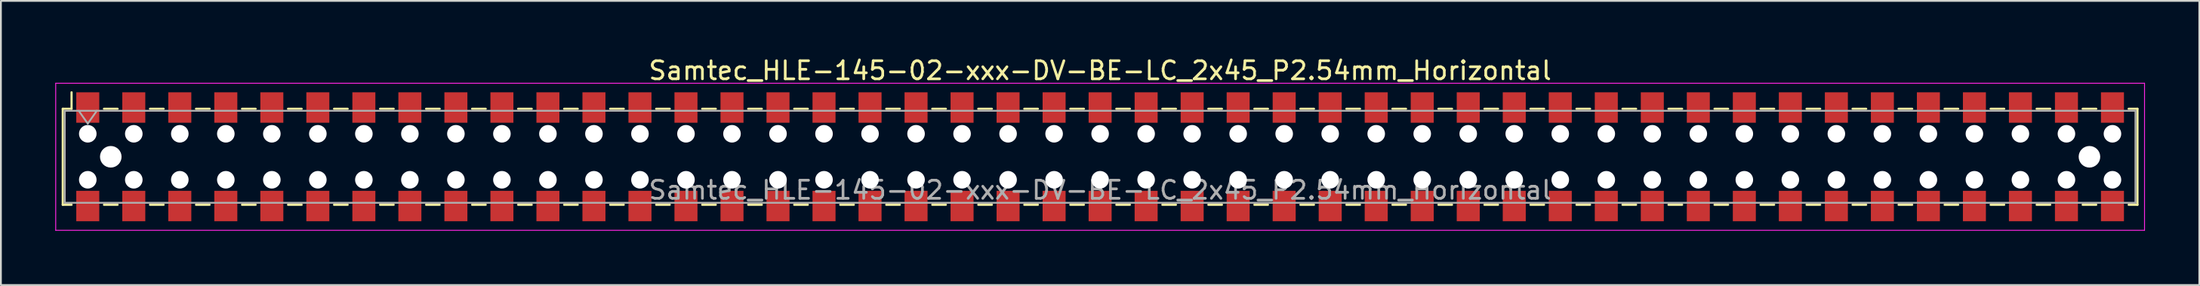
<source format=kicad_pcb>
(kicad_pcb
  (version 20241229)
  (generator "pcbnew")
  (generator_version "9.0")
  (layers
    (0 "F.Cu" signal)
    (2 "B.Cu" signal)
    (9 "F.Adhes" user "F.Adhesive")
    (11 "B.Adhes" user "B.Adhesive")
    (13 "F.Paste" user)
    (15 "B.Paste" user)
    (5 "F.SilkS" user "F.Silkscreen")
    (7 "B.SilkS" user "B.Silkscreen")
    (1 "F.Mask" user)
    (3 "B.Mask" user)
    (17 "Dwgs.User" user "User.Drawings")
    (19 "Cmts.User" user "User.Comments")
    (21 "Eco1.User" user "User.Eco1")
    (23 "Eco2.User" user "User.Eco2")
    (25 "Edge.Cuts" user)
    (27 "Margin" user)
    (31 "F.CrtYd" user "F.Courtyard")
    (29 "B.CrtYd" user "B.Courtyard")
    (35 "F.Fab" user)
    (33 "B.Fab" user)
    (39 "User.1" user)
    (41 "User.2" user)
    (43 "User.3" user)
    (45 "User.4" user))
  (footprint "Samtec_HLE-145-02-xxx-DV-BE-LC_2x45_P2.54mm_Horizontal"
    (layer "F.Cu")
    (at 57.675 5.608)
    (property "Reference" "Samtec_HLE-145-02-xxx-DV-BE-LC_2x45_P2.54mm_Horizontal" (at 0 -4.76 0) (layer "F.SilkS") (effects (font (size 1 1) (thickness 0.15))))
    (attr smd)
    (fp_line (start -57.26 -2.65) (end -57.26 2.65) (stroke (width 0.12) (type solid)) (layer "F.SilkS"))
    (fp_line (start -57.26 2.65) (end -56.775 2.65) (stroke (width 0.12) (type solid)) (layer "F.SilkS"))
    (fp_line (start -56.775 -3.56) (end -56.775 -2.65) (stroke (width 0.12) (type solid)) (layer "F.SilkS"))
    (fp_line (start -56.775 -2.65) (end -57.26 -2.65) (stroke (width 0.12) (type solid)) (layer "F.SilkS"))
    (fp_line (start -54.985 -2.65) (end -54.235 -2.65) (stroke (width 0.12) (type solid)) (layer "F.SilkS"))
    (fp_line (start -54.985 2.65) (end -54.235 2.65) (stroke (width 0.12) (type solid)) (layer "F.SilkS"))
    (fp_line (start -52.445 -2.65) (end -51.695 -2.65) (stroke (width 0.12) (type solid)) (layer "F.SilkS"))
    (fp_line (start -52.445 2.65) (end -51.695 2.65) (stroke (width 0.12) (type solid)) (layer "F.SilkS"))
    (fp_line (start -49.905 -2.65) (end -49.155 -2.65) (stroke (width 0.12) (type solid)) (layer "F.SilkS"))
    (fp_line (start -49.905 2.65) (end -49.155 2.65) (stroke (width 0.12) (type solid)) (layer "F.SilkS"))
    (fp_line (start -47.365 -2.65) (end -46.615 -2.65) (stroke (width 0.12) (type solid)) (layer "F.SilkS"))
    (fp_line (start -47.365 2.65) (end -46.615 2.65) (stroke (width 0.12) (type solid)) (layer "F.SilkS"))
    (fp_line (start -44.825 -2.65) (end -44.075 -2.65) (stroke (width 0.12) (type solid)) (layer "F.SilkS"))
    (fp_line (start -44.825 2.65) (end -44.075 2.65) (stroke (width 0.12) (type solid)) (layer "F.SilkS"))
    (fp_line (start -42.285 -2.65) (end -41.535 -2.65) (stroke (width 0.12) (type solid)) (layer "F.SilkS"))
    (fp_line (start -42.285 2.65) (end -41.535 2.65) (stroke (width 0.12) (type solid)) (layer "F.SilkS"))
    (fp_line (start -39.745 -2.65) (end -38.995 -2.65) (stroke (width 0.12) (type solid)) (layer "F.SilkS"))
    (fp_line (start -39.745 2.65) (end -38.995 2.65) (stroke (width 0.12) (type solid)) (layer "F.SilkS"))
    (fp_line (start -37.205 -2.65) (end -36.455 -2.65) (stroke (width 0.12) (type solid)) (layer "F.SilkS"))
    (fp_line (start -37.205 2.65) (end -36.455 2.65) (stroke (width 0.12) (type solid)) (layer "F.SilkS"))
    (fp_line (start -34.665 -2.65) (end -33.915 -2.65) (stroke (width 0.12) (type solid)) (layer "F.SilkS"))
    (fp_line (start -34.665 2.65) (end -33.915 2.65) (stroke (width 0.12) (type solid)) (layer "F.SilkS"))
    (fp_line (start -32.125 -2.65) (end -31.375 -2.65) (stroke (width 0.12) (type solid)) (layer "F.SilkS"))
    (fp_line (start -32.125 2.65) (end -31.375 2.65) (stroke (width 0.12) (type solid)) (layer "F.SilkS"))
    (fp_line (start -29.585 -2.65) (end -28.835 -2.65) (stroke (width 0.12) (type solid)) (layer "F.SilkS"))
    (fp_line (start -29.585 2.65) (end -28.835 2.65) (stroke (width 0.12) (type solid)) (layer "F.SilkS"))
    (fp_line (start -27.045 -2.65) (end -26.295 -2.65) (stroke (width 0.12) (type solid)) (layer "F.SilkS"))
    (fp_line (start -27.045 2.65) (end -26.295 2.65) (stroke (width 0.12) (type solid)) (layer "F.SilkS"))
    (fp_line (start -24.505 -2.65) (end -23.755 -2.65) (stroke (width 0.12) (type solid)) (layer "F.SilkS"))
    (fp_line (start -24.505 2.65) (end -23.755 2.65) (stroke (width 0.12) (type solid)) (layer "F.SilkS"))
    (fp_line (start -21.965 -2.65) (end -21.215 -2.65) (stroke (width 0.12) (type solid)) (layer "F.SilkS"))
    (fp_line (start -21.965 2.65) (end -21.215 2.65) (stroke (width 0.12) (type solid)) (layer "F.SilkS"))
    (fp_line (start -19.425 -2.65) (end -18.675 -2.65) (stroke (width 0.12) (type solid)) (layer "F.SilkS"))
    (fp_line (start -19.425 2.65) (end -18.675 2.65) (stroke (width 0.12) (type solid)) (layer "F.SilkS"))
    (fp_line (start -16.885 -2.65) (end -16.135 -2.65) (stroke (width 0.12) (type solid)) (layer "F.SilkS"))
    (fp_line (start -16.885 2.65) (end -16.135 2.65) (stroke (width 0.12) (type solid)) (layer "F.SilkS"))
    (fp_line (start -14.345 -2.65) (end -13.595 -2.65) (stroke (width 0.12) (type solid)) (layer "F.SilkS"))
    (fp_line (start -14.345 2.65) (end -13.595 2.65) (stroke (width 0.12) (type solid)) (layer "F.SilkS"))
    (fp_line (start -11.805 -2.65) (end -11.055 -2.65) (stroke (width 0.12) (type solid)) (layer "F.SilkS"))
    (fp_line (start -11.805 2.65) (end -11.055 2.65) (stroke (width 0.12) (type solid)) (layer "F.SilkS"))
    (fp_line (start -9.265 -2.65) (end -8.515 -2.65) (stroke (width 0.12) (type solid)) (layer "F.SilkS"))
    (fp_line (start -9.265 2.65) (end -8.515 2.65) (stroke (width 0.12) (type solid)) (layer "F.SilkS"))
    (fp_line (start -6.725 -2.65) (end -5.975 -2.65) (stroke (width 0.12) (type solid)) (layer "F.SilkS"))
    (fp_line (start -6.725 2.65) (end -5.975 2.65) (stroke (width 0.12) (type solid)) (layer "F.SilkS"))
    (fp_line (start -4.185 -2.65) (end -3.435 -2.65) (stroke (width 0.12) (type solid)) (layer "F.SilkS"))
    (fp_line (start -4.185 2.65) (end -3.435 2.65) (stroke (width 0.12) (type solid)) (layer "F.SilkS"))
    (fp_line (start -1.645 -2.65) (end -0.895 -2.65) (stroke (width 0.12) (type solid)) (layer "F.SilkS"))
    (fp_line (start -1.645 2.65) (end -0.895 2.65) (stroke (width 0.12) (type solid)) (layer "F.SilkS"))
    (fp_line (start 0.895 -2.65) (end 1.645 -2.65) (stroke (width 0.12) (type solid)) (layer "F.SilkS"))
    (fp_line (start 0.895 2.65) (end 1.645 2.65) (stroke (width 0.12) (type solid)) (layer "F.SilkS"))
    (fp_line (start 3.435 -2.65) (end 4.185 -2.65) (stroke (width 0.12) (type solid)) (layer "F.SilkS"))
    (fp_line (start 3.435 2.65) (end 4.185 2.65) (stroke (width 0.12) (type solid)) (layer "F.SilkS"))
    (fp_line (start 5.975 -2.65) (end 6.725 -2.65) (stroke (width 0.12) (type solid)) (layer "F.SilkS"))
    (fp_line (start 5.975 2.65) (end 6.725 2.65) (stroke (width 0.12) (type solid)) (layer "F.SilkS"))
    (fp_line (start 8.515 -2.65) (end 9.265 -2.65) (stroke (width 0.12) (type solid)) (layer "F.SilkS"))
    (fp_line (start 8.515 2.65) (end 9.265 2.65) (stroke (width 0.12) (type solid)) (layer "F.SilkS"))
    (fp_line (start 11.055 -2.65) (end 11.805 -2.65) (stroke (width 0.12) (type solid)) (layer "F.SilkS"))
    (fp_line (start 11.055 2.65) (end 11.805 2.65) (stroke (width 0.12) (type solid)) (layer "F.SilkS"))
    (fp_line (start 13.595 -2.65) (end 14.345 -2.65) (stroke (width 0.12) (type solid)) (layer "F.SilkS"))
    (fp_line (start 13.595 2.65) (end 14.345 2.65) (stroke (width 0.12) (type solid)) (layer "F.SilkS"))
    (fp_line (start 16.135 -2.65) (end 16.885 -2.65) (stroke (width 0.12) (type solid)) (layer "F.SilkS"))
    (fp_line (start 16.135 2.65) (end 16.885 2.65) (stroke (width 0.12) (type solid)) (layer "F.SilkS"))
    (fp_line (start 18.675 -2.65) (end 19.425 -2.65) (stroke (width 0.12) (type solid)) (layer "F.SilkS"))
    (fp_line (start 18.675 2.65) (end 19.425 2.65) (stroke (width 0.12) (type solid)) (layer "F.SilkS"))
    (fp_line (start 21.215 -2.65) (end 21.965 -2.65) (stroke (width 0.12) (type solid)) (layer "F.SilkS"))
    (fp_line (start 21.215 2.65) (end 21.965 2.65) (stroke (width 0.12) (type solid)) (layer "F.SilkS"))
    (fp_line (start 23.755 -2.65) (end 24.505 -2.65) (stroke (width 0.12) (type solid)) (layer "F.SilkS"))
    (fp_line (start 23.755 2.65) (end 24.505 2.65) (stroke (width 0.12) (type solid)) (layer "F.SilkS"))
    (fp_line (start 26.295 -2.65) (end 27.045 -2.65) (stroke (width 0.12) (type solid)) (layer "F.SilkS"))
    (fp_line (start 26.295 2.65) (end 27.045 2.65) (stroke (width 0.12) (type solid)) (layer "F.SilkS"))
    (fp_line (start 28.835 -2.65) (end 29.585 -2.65) (stroke (width 0.12) (type solid)) (layer "F.SilkS"))
    (fp_line (start 28.835 2.65) (end 29.585 2.65) (stroke (width 0.12) (type solid)) (layer "F.SilkS"))
    (fp_line (start 31.375 -2.65) (end 32.125 -2.65) (stroke (width 0.12) (type solid)) (layer "F.SilkS"))
    (fp_line (start 31.375 2.65) (end 32.125 2.65) (stroke (width 0.12) (type solid)) (layer "F.SilkS"))
    (fp_line (start 33.915 -2.65) (end 34.665 -2.65) (stroke (width 0.12) (type solid)) (layer "F.SilkS"))
    (fp_line (start 33.915 2.65) (end 34.665 2.65) (stroke (width 0.12) (type solid)) (layer "F.SilkS"))
    (fp_line (start 36.455 -2.65) (end 37.205 -2.65) (stroke (width 0.12) (type solid)) (layer "F.SilkS"))
    (fp_line (start 36.455 2.65) (end 37.205 2.65) (stroke (width 0.12) (type solid)) (layer "F.SilkS"))
    (fp_line (start 38.995 -2.65) (end 39.745 -2.65) (stroke (width 0.12) (type solid)) (layer "F.SilkS"))
    (fp_line (start 38.995 2.65) (end 39.745 2.65) (stroke (width 0.12) (type solid)) (layer "F.SilkS"))
    (fp_line (start 41.535 -2.65) (end 42.285 -2.65) (stroke (width 0.12) (type solid)) (layer "F.SilkS"))
    (fp_line (start 41.535 2.65) (end 42.285 2.65) (stroke (width 0.12) (type solid)) (layer "F.SilkS"))
    (fp_line (start 44.075 -2.65) (end 44.825 -2.65) (stroke (width 0.12) (type solid)) (layer "F.SilkS"))
    (fp_line (start 44.075 2.65) (end 44.825 2.65) (stroke (width 0.12) (type solid)) (layer "F.SilkS"))
    (fp_line (start 46.615 -2.65) (end 47.365 -2.65) (stroke (width 0.12) (type solid)) (layer "F.SilkS"))
    (fp_line (start 46.615 2.65) (end 47.365 2.65) (stroke (width 0.12) (type solid)) (layer "F.SilkS"))
    (fp_line (start 49.155 -2.65) (end 49.905 -2.65) (stroke (width 0.12) (type solid)) (layer "F.SilkS"))
    (fp_line (start 49.155 2.65) (end 49.905 2.65) (stroke (width 0.12) (type solid)) (layer "F.SilkS"))
    (fp_line (start 51.695 -2.65) (end 52.445 -2.65) (stroke (width 0.12) (type solid)) (layer "F.SilkS"))
    (fp_line (start 51.695 2.65) (end 52.445 2.65) (stroke (width 0.12) (type solid)) (layer "F.SilkS"))
    (fp_line (start 54.235 -2.65) (end 54.985 -2.65) (stroke (width 0.12) (type solid)) (layer "F.SilkS"))
    (fp_line (start 54.235 2.65) (end 54.985 2.65) (stroke (width 0.12) (type solid)) (layer "F.SilkS"))
    (fp_line (start 56.775 -2.65) (end 57.26 -2.65) (stroke (width 0.12) (type solid)) (layer "F.SilkS"))
    (fp_line (start 57.26 -2.65) (end 57.26 2.65) (stroke (width 0.12) (type solid)) (layer "F.SilkS"))
    (fp_line (start 57.26 2.65) (end 56.775 2.65) (stroke (width 0.12) (type solid)) (layer "F.SilkS"))
    (fp_line (start -57.65 -4.06) (end 57.65 -4.06) (stroke (width 0.05) (type solid)) (layer "F.CrtYd"))
    (fp_line (start -57.65 4.06) (end -57.65 -4.06) (stroke (width 0.05) (type solid)) (layer "F.CrtYd"))
    (fp_line (start 57.65 -4.06) (end 57.65 4.06) (stroke (width 0.05) (type solid)) (layer "F.CrtYd"))
    (fp_line (start 57.65 4.06) (end -57.65 4.06) (stroke (width 0.05) (type solid)) (layer "F.CrtYd"))
    (fp_line (start -57.15 -2.54) (end 57.15 -2.54) (stroke (width 0.1) (type solid)) (layer "F.Fab"))
    (fp_line (start -57.15 2.54) (end -57.15 -2.54) (stroke (width 0.1) (type solid)) (layer "F.Fab"))
    (fp_line (start -56.38 -2.54) (end -55.88 -1.833) (stroke (width 0.1) (type solid)) (layer "F.Fab"))
    (fp_line (start -55.88 -1.833) (end -55.38 -2.54) (stroke (width 0.1) (type solid)) (layer "F.Fab"))
    (fp_line (start 57.15 -2.54) (end 57.15 2.54) (stroke (width 0.1) (type solid)) (layer "F.Fab"))
    (fp_line (start 57.15 2.54) (end -57.15 2.54) (stroke (width 0.1) (type solid)) (layer "F.Fab"))
    (fp_text user "${REFERENCE}" (at 0 1.84 0) (layer "F.Fab") (effects (font (size 1 1) (thickness 0.15))))
    (pad "" np_thru_hole circle (at -55.88 -1.27) (size 0.97 0.97) (drill 0.97) (layers "*.Cu" "*.Mask"))
    (pad "" np_thru_hole circle (at -55.88 1.27) (size 0.97 0.97) (drill 0.97) (layers "*.Cu" "*.Mask"))
    (pad "" np_thru_hole circle (at -54.61 0) (size 1.19 1.19) (drill 1.19) (layers "*.Cu" "*.Mask"))
    (pad "" np_thru_hole circle (at -53.34 -1.27) (size 0.97 0.97) (drill 0.97) (layers "*.Cu" "*.Mask"))
    (pad "" np_thru_hole circle (at -53.34 1.27) (size 0.97 0.97) (drill 0.97) (layers "*.Cu" "*.Mask"))
    (pad "" np_thru_hole circle (at -50.8 -1.27) (size 0.97 0.97) (drill 0.97) (layers "*.Cu" "*.Mask"))
    (pad "" np_thru_hole circle (at -50.8 1.27) (size 0.97 0.97) (drill 0.97) (layers "*.Cu" "*.Mask"))
    (pad "" np_thru_hole circle (at -48.26 -1.27) (size 0.97 0.97) (drill 0.97) (layers "*.Cu" "*.Mask"))
    (pad "" np_thru_hole circle (at -48.26 1.27) (size 0.97 0.97) (drill 0.97) (layers "*.Cu" "*.Mask"))
    (pad "" np_thru_hole circle (at -45.72 -1.27) (size 0.97 0.97) (drill 0.97) (layers "*.Cu" "*.Mask"))
    (pad "" np_thru_hole circle (at -45.72 1.27) (size 0.97 0.97) (drill 0.97) (layers "*.Cu" "*.Mask"))
    (pad "" np_thru_hole circle (at -43.18 -1.27) (size 0.97 0.97) (drill 0.97) (layers "*.Cu" "*.Mask"))
    (pad "" np_thru_hole circle (at -43.18 1.27) (size 0.97 0.97) (drill 0.97) (layers "*.Cu" "*.Mask"))
    (pad "" np_thru_hole circle (at -40.64 -1.27) (size 0.97 0.97) (drill 0.97) (layers "*.Cu" "*.Mask"))
    (pad "" np_thru_hole circle (at -40.64 1.27) (size 0.97 0.97) (drill 0.97) (layers "*.Cu" "*.Mask"))
    (pad "" np_thru_hole circle (at -38.1 -1.27) (size 0.97 0.97) (drill 0.97) (layers "*.Cu" "*.Mask"))
    (pad "" np_thru_hole circle (at -38.1 1.27) (size 0.97 0.97) (drill 0.97) (layers "*.Cu" "*.Mask"))
    (pad "" np_thru_hole circle (at -35.56 -1.27) (size 0.97 0.97) (drill 0.97) (layers "*.Cu" "*.Mask"))
    (pad "" np_thru_hole circle (at -35.56 1.27) (size 0.97 0.97) (drill 0.97) (layers "*.Cu" "*.Mask"))
    (pad "" np_thru_hole circle (at -33.02 -1.27) (size 0.97 0.97) (drill 0.97) (layers "*.Cu" "*.Mask"))
    (pad "" np_thru_hole circle (at -33.02 1.27) (size 0.97 0.97) (drill 0.97) (layers "*.Cu" "*.Mask"))
    (pad "" np_thru_hole circle (at -30.48 -1.27) (size 0.97 0.97) (drill 0.97) (layers "*.Cu" "*.Mask"))
    (pad "" np_thru_hole circle (at -30.48 1.27) (size 0.97 0.97) (drill 0.97) (layers "*.Cu" "*.Mask"))
    (pad "" np_thru_hole circle (at -27.94 -1.27) (size 0.97 0.97) (drill 0.97) (layers "*.Cu" "*.Mask"))
    (pad "" np_thru_hole circle (at -27.94 1.27) (size 0.97 0.97) (drill 0.97) (layers "*.Cu" "*.Mask"))
    (pad "" np_thru_hole circle (at -25.4 -1.27) (size 0.97 0.97) (drill 0.97) (layers "*.Cu" "*.Mask"))
    (pad "" np_thru_hole circle (at -25.4 1.27) (size 0.97 0.97) (drill 0.97) (layers "*.Cu" "*.Mask"))
    (pad "" np_thru_hole circle (at -22.86 -1.27) (size 0.97 0.97) (drill 0.97) (layers "*.Cu" "*.Mask"))
    (pad "" np_thru_hole circle (at -22.86 1.27) (size 0.97 0.97) (drill 0.97) (layers "*.Cu" "*.Mask"))
    (pad "" np_thru_hole circle (at -20.32 -1.27) (size 0.97 0.97) (drill 0.97) (layers "*.Cu" "*.Mask"))
    (pad "" np_thru_hole circle (at -20.32 1.27) (size 0.97 0.97) (drill 0.97) (layers "*.Cu" "*.Mask"))
    (pad "" np_thru_hole circle (at -17.78 -1.27) (size 0.97 0.97) (drill 0.97) (layers "*.Cu" "*.Mask"))
    (pad "" np_thru_hole circle (at -17.78 1.27) (size 0.97 0.97) (drill 0.97) (layers "*.Cu" "*.Mask"))
    (pad "" np_thru_hole circle (at -15.24 -1.27) (size 0.97 0.97) (drill 0.97) (layers "*.Cu" "*.Mask"))
    (pad "" np_thru_hole circle (at -15.24 1.27) (size 0.97 0.97) (drill 0.97) (layers "*.Cu" "*.Mask"))
    (pad "" np_thru_hole circle (at -12.7 -1.27) (size 0.97 0.97) (drill 0.97) (layers "*.Cu" "*.Mask"))
    (pad "" np_thru_hole circle (at -12.7 1.27) (size 0.97 0.97) (drill 0.97) (layers "*.Cu" "*.Mask"))
    (pad "" np_thru_hole circle (at -10.16 -1.27) (size 0.97 0.97) (drill 0.97) (layers "*.Cu" "*.Mask"))
    (pad "" np_thru_hole circle (at -10.16 1.27) (size 0.97 0.97) (drill 0.97) (layers "*.Cu" "*.Mask"))
    (pad "" np_thru_hole circle (at -7.62 -1.27) (size 0.97 0.97) (drill 0.97) (layers "*.Cu" "*.Mask"))
    (pad "" np_thru_hole circle (at -7.62 1.27) (size 0.97 0.97) (drill 0.97) (layers "*.Cu" "*.Mask"))
    (pad "" np_thru_hole circle (at -5.08 -1.27) (size 0.97 0.97) (drill 0.97) (layers "*.Cu" "*.Mask"))
    (pad "" np_thru_hole circle (at -5.08 1.27) (size 0.97 0.97) (drill 0.97) (layers "*.Cu" "*.Mask"))
    (pad "" np_thru_hole circle (at -2.54 -1.27) (size 0.97 0.97) (drill 0.97) (layers "*.Cu" "*.Mask"))
    (pad "" np_thru_hole circle (at -2.54 1.27) (size 0.97 0.97) (drill 0.97) (layers "*.Cu" "*.Mask"))
    (pad "" np_thru_hole circle (at 0 -1.27) (size 0.97 0.97) (drill 0.97) (layers "*.Cu" "*.Mask"))
    (pad "" np_thru_hole circle (at 0 1.27) (size 0.97 0.97) (drill 0.97) (layers "*.Cu" "*.Mask"))
    (pad "" np_thru_hole circle (at 2.54 -1.27) (size 0.97 0.97) (drill 0.97) (layers "*.Cu" "*.Mask"))
    (pad "" np_thru_hole circle (at 2.54 1.27) (size 0.97 0.97) (drill 0.97) (layers "*.Cu" "*.Mask"))
    (pad "" np_thru_hole circle (at 5.08 -1.27) (size 0.97 0.97) (drill 0.97) (layers "*.Cu" "*.Mask"))
    (pad "" np_thru_hole circle (at 5.08 1.27) (size 0.97 0.97) (drill 0.97) (layers "*.Cu" "*.Mask"))
    (pad "" np_thru_hole circle (at 7.62 -1.27) (size 0.97 0.97) (drill 0.97) (layers "*.Cu" "*.Mask"))
    (pad "" np_thru_hole circle (at 7.62 1.27) (size 0.97 0.97) (drill 0.97) (layers "*.Cu" "*.Mask"))
    (pad "" np_thru_hole circle (at 10.16 -1.27) (size 0.97 0.97) (drill 0.97) (layers "*.Cu" "*.Mask"))
    (pad "" np_thru_hole circle (at 10.16 1.27) (size 0.97 0.97) (drill 0.97) (layers "*.Cu" "*.Mask"))
    (pad "" np_thru_hole circle (at 12.7 -1.27) (size 0.97 0.97) (drill 0.97) (layers "*.Cu" "*.Mask"))
    (pad "" np_thru_hole circle (at 12.7 1.27) (size 0.97 0.97) (drill 0.97) (layers "*.Cu" "*.Mask"))
    (pad "" np_thru_hole circle (at 15.24 -1.27) (size 0.97 0.97) (drill 0.97) (layers "*.Cu" "*.Mask"))
    (pad "" np_thru_hole circle (at 15.24 1.27) (size 0.97 0.97) (drill 0.97) (layers "*.Cu" "*.Mask"))
    (pad "" np_thru_hole circle (at 17.78 -1.27) (size 0.97 0.97) (drill 0.97) (layers "*.Cu" "*.Mask"))
    (pad "" np_thru_hole circle (at 17.78 1.27) (size 0.97 0.97) (drill 0.97) (layers "*.Cu" "*.Mask"))
    (pad "" np_thru_hole circle (at 20.32 -1.27) (size 0.97 0.97) (drill 0.97) (layers "*.Cu" "*.Mask"))
    (pad "" np_thru_hole circle (at 20.32 1.27) (size 0.97 0.97) (drill 0.97) (layers "*.Cu" "*.Mask"))
    (pad "" np_thru_hole circle (at 22.86 -1.27) (size 0.97 0.97) (drill 0.97) (layers "*.Cu" "*.Mask"))
    (pad "" np_thru_hole circle (at 22.86 1.27) (size 0.97 0.97) (drill 0.97) (layers "*.Cu" "*.Mask"))
    (pad "" np_thru_hole circle (at 25.4 -1.27) (size 0.97 0.97) (drill 0.97) (layers "*.Cu" "*.Mask"))
    (pad "" np_thru_hole circle (at 25.4 1.27) (size 0.97 0.97) (drill 0.97) (layers "*.Cu" "*.Mask"))
    (pad "" np_thru_hole circle (at 27.94 -1.27) (size 0.97 0.97) (drill 0.97) (layers "*.Cu" "*.Mask"))
    (pad "" np_thru_hole circle (at 27.94 1.27) (size 0.97 0.97) (drill 0.97) (layers "*.Cu" "*.Mask"))
    (pad "" np_thru_hole circle (at 30.48 -1.27) (size 0.97 0.97) (drill 0.97) (layers "*.Cu" "*.Mask"))
    (pad "" np_thru_hole circle (at 30.48 1.27) (size 0.97 0.97) (drill 0.97) (layers "*.Cu" "*.Mask"))
    (pad "" np_thru_hole circle (at 33.02 -1.27) (size 0.97 0.97) (drill 0.97) (layers "*.Cu" "*.Mask"))
    (pad "" np_thru_hole circle (at 33.02 1.27) (size 0.97 0.97) (drill 0.97) (layers "*.Cu" "*.Mask"))
    (pad "" np_thru_hole circle (at 35.56 -1.27) (size 0.97 0.97) (drill 0.97) (layers "*.Cu" "*.Mask"))
    (pad "" np_thru_hole circle (at 35.56 1.27) (size 0.97 0.97) (drill 0.97) (layers "*.Cu" "*.Mask"))
    (pad "" np_thru_hole circle (at 38.1 -1.27) (size 0.97 0.97) (drill 0.97) (layers "*.Cu" "*.Mask"))
    (pad "" np_thru_hole circle (at 38.1 1.27) (size 0.97 0.97) (drill 0.97) (layers "*.Cu" "*.Mask"))
    (pad "" np_thru_hole circle (at 40.64 -1.27) (size 0.97 0.97) (drill 0.97) (layers "*.Cu" "*.Mask"))
    (pad "" np_thru_hole circle (at 40.64 1.27) (size 0.97 0.97) (drill 0.97) (layers "*.Cu" "*.Mask"))
    (pad "" np_thru_hole circle (at 43.18 -1.27) (size 0.97 0.97) (drill 0.97) (layers "*.Cu" "*.Mask"))
    (pad "" np_thru_hole circle (at 43.18 1.27) (size 0.97 0.97) (drill 0.97) (layers "*.Cu" "*.Mask"))
    (pad "" np_thru_hole circle (at 45.72 -1.27) (size 0.97 0.97) (drill 0.97) (layers "*.Cu" "*.Mask"))
    (pad "" np_thru_hole circle (at 45.72 1.27) (size 0.97 0.97) (drill 0.97) (layers "*.Cu" "*.Mask"))
    (pad "" np_thru_hole circle (at 48.26 -1.27) (size 0.97 0.97) (drill 0.97) (layers "*.Cu" "*.Mask"))
    (pad "" np_thru_hole circle (at 48.26 1.27) (size 0.97 0.97) (drill 0.97) (layers "*.Cu" "*.Mask"))
    (pad "" np_thru_hole circle (at 50.8 -1.27) (size 0.97 0.97) (drill 0.97) (layers "*.Cu" "*.Mask"))
    (pad "" np_thru_hole circle (at 50.8 1.27) (size 0.97 0.97) (drill 0.97) (layers "*.Cu" "*.Mask"))
    (pad "" np_thru_hole circle (at 53.34 -1.27) (size 0.97 0.97) (drill 0.97) (layers "*.Cu" "*.Mask"))
    (pad "" np_thru_hole circle (at 53.34 1.27) (size 0.97 0.97) (drill 0.97) (layers "*.Cu" "*.Mask"))
    (pad "" np_thru_hole circle (at 54.61 0) (size 1.19 1.19) (drill 1.19) (layers "*.Cu" "*.Mask"))
    (pad "" np_thru_hole circle (at 55.88 -1.27) (size 0.97 0.97) (drill 0.97) (layers "*.Cu" "*.Mask"))
    (pad "" np_thru_hole circle (at 55.88 1.27) (size 0.97 0.97) (drill 0.97) (layers "*.Cu" "*.Mask"))
    (pad "1" smd rect (at -55.88 -2.72) (size 1.27 1.68) (layers "F.Cu" "F.Mask" "F.Paste"))
    (pad "2" smd rect (at -55.88 2.72) (size 1.27 1.68) (layers "F.Cu" "F.Mask" "F.Paste"))
    (pad "3" smd rect (at -53.34 -2.72) (size 1.27 1.68) (layers "F.Cu" "F.Mask" "F.Paste"))
    (pad "4" smd rect (at -53.34 2.72) (size 1.27 1.68) (layers "F.Cu" "F.Mask" "F.Paste"))
    (pad "5" smd rect (at -50.8 -2.72) (size 1.27 1.68) (layers "F.Cu" "F.Mask" "F.Paste"))
    (pad "6" smd rect (at -50.8 2.72) (size 1.27 1.68) (layers "F.Cu" "F.Mask" "F.Paste"))
    (pad "7" smd rect (at -48.26 -2.72) (size 1.27 1.68) (layers "F.Cu" "F.Mask" "F.Paste"))
    (pad "8" smd rect (at -48.26 2.72) (size 1.27 1.68) (layers "F.Cu" "F.Mask" "F.Paste"))
    (pad "9" smd rect (at -45.72 -2.72) (size 1.27 1.68) (layers "F.Cu" "F.Mask" "F.Paste"))
    (pad "10" smd rect (at -45.72 2.72) (size 1.27 1.68) (layers "F.Cu" "F.Mask" "F.Paste"))
    (pad "11" smd rect (at -43.18 -2.72) (size 1.27 1.68) (layers "F.Cu" "F.Mask" "F.Paste"))
    (pad "12" smd rect (at -43.18 2.72) (size 1.27 1.68) (layers "F.Cu" "F.Mask" "F.Paste"))
    (pad "13" smd rect (at -40.64 -2.72) (size 1.27 1.68) (layers "F.Cu" "F.Mask" "F.Paste"))
    (pad "14" smd rect (at -40.64 2.72) (size 1.27 1.68) (layers "F.Cu" "F.Mask" "F.Paste"))
    (pad "15" smd rect (at -38.1 -2.72) (size 1.27 1.68) (layers "F.Cu" "F.Mask" "F.Paste"))
    (pad "16" smd rect (at -38.1 2.72) (size 1.27 1.68) (layers "F.Cu" "F.Mask" "F.Paste"))
    (pad "17" smd rect (at -35.56 -2.72) (size 1.27 1.68) (layers "F.Cu" "F.Mask" "F.Paste"))
    (pad "18" smd rect (at -35.56 2.72) (size 1.27 1.68) (layers "F.Cu" "F.Mask" "F.Paste"))
    (pad "19" smd rect (at -33.02 -2.72) (size 1.27 1.68) (layers "F.Cu" "F.Mask" "F.Paste"))
    (pad "20" smd rect (at -33.02 2.72) (size 1.27 1.68) (layers "F.Cu" "F.Mask" "F.Paste"))
    (pad "21" smd rect (at -30.48 -2.72) (size 1.27 1.68) (layers "F.Cu" "F.Mask" "F.Paste"))
    (pad "22" smd rect (at -30.48 2.72) (size 1.27 1.68) (layers "F.Cu" "F.Mask" "F.Paste"))
    (pad "23" smd rect (at -27.94 -2.72) (size 1.27 1.68) (layers "F.Cu" "F.Mask" "F.Paste"))
    (pad "24" smd rect (at -27.94 2.72) (size 1.27 1.68) (layers "F.Cu" "F.Mask" "F.Paste"))
    (pad "25" smd rect (at -25.4 -2.72) (size 1.27 1.68) (layers "F.Cu" "F.Mask" "F.Paste"))
    (pad "26" smd rect (at -25.4 2.72) (size 1.27 1.68) (layers "F.Cu" "F.Mask" "F.Paste"))
    (pad "27" smd rect (at -22.86 -2.72) (size 1.27 1.68) (layers "F.Cu" "F.Mask" "F.Paste"))
    (pad "28" smd rect (at -22.86 2.72) (size 1.27 1.68) (layers "F.Cu" "F.Mask" "F.Paste"))
    (pad "29" smd rect (at -20.32 -2.72) (size 1.27 1.68) (layers "F.Cu" "F.Mask" "F.Paste"))
    (pad "30" smd rect (at -20.32 2.72) (size 1.27 1.68) (layers "F.Cu" "F.Mask" "F.Paste"))
    (pad "31" smd rect (at -17.78 -2.72) (size 1.27 1.68) (layers "F.Cu" "F.Mask" "F.Paste"))
    (pad "32" smd rect (at -17.78 2.72) (size 1.27 1.68) (layers "F.Cu" "F.Mask" "F.Paste"))
    (pad "33" smd rect (at -15.24 -2.72) (size 1.27 1.68) (layers "F.Cu" "F.Mask" "F.Paste"))
    (pad "34" smd rect (at -15.24 2.72) (size 1.27 1.68) (layers "F.Cu" "F.Mask" "F.Paste"))
    (pad "35" smd rect (at -12.7 -2.72) (size 1.27 1.68) (layers "F.Cu" "F.Mask" "F.Paste"))
    (pad "36" smd rect (at -12.7 2.72) (size 1.27 1.68) (layers "F.Cu" "F.Mask" "F.Paste"))
    (pad "37" smd rect (at -10.16 -2.72) (size 1.27 1.68) (layers "F.Cu" "F.Mask" "F.Paste"))
    (pad "38" smd rect (at -10.16 2.72) (size 1.27 1.68) (layers "F.Cu" "F.Mask" "F.Paste"))
    (pad "39" smd rect (at -7.62 -2.72) (size 1.27 1.68) (layers "F.Cu" "F.Mask" "F.Paste"))
    (pad "40" smd rect (at -7.62 2.72) (size 1.27 1.68) (layers "F.Cu" "F.Mask" "F.Paste"))
    (pad "41" smd rect (at -5.08 -2.72) (size 1.27 1.68) (layers "F.Cu" "F.Mask" "F.Paste"))
    (pad "42" smd rect (at -5.08 2.72) (size 1.27 1.68) (layers "F.Cu" "F.Mask" "F.Paste"))
    (pad "43" smd rect (at -2.54 -2.72) (size 1.27 1.68) (layers "F.Cu" "F.Mask" "F.Paste"))
    (pad "44" smd rect (at -2.54 2.72) (size 1.27 1.68) (layers "F.Cu" "F.Mask" "F.Paste"))
    (pad "45" smd rect (at 0 -2.72) (size 1.27 1.68) (layers "F.Cu" "F.Mask" "F.Paste"))
    (pad "46" smd rect (at 0 2.72) (size 1.27 1.68) (layers "F.Cu" "F.Mask" "F.Paste"))
    (pad "47" smd rect (at 2.54 -2.72) (size 1.27 1.68) (layers "F.Cu" "F.Mask" "F.Paste"))
    (pad "48" smd rect (at 2.54 2.72) (size 1.27 1.68) (layers "F.Cu" "F.Mask" "F.Paste"))
    (pad "49" smd rect (at 5.08 -2.72) (size 1.27 1.68) (layers "F.Cu" "F.Mask" "F.Paste"))
    (pad "50" smd rect (at 5.08 2.72) (size 1.27 1.68) (layers "F.Cu" "F.Mask" "F.Paste"))
    (pad "51" smd rect (at 7.62 -2.72) (size 1.27 1.68) (layers "F.Cu" "F.Mask" "F.Paste"))
    (pad "52" smd rect (at 7.62 2.72) (size 1.27 1.68) (layers "F.Cu" "F.Mask" "F.Paste"))
    (pad "53" smd rect (at 10.16 -2.72) (size 1.27 1.68) (layers "F.Cu" "F.Mask" "F.Paste"))
    (pad "54" smd rect (at 10.16 2.72) (size 1.27 1.68) (layers "F.Cu" "F.Mask" "F.Paste"))
    (pad "55" smd rect (at 12.7 -2.72) (size 1.27 1.68) (layers "F.Cu" "F.Mask" "F.Paste"))
    (pad "56" smd rect (at 12.7 2.72) (size 1.27 1.68) (layers "F.Cu" "F.Mask" "F.Paste"))
    (pad "57" smd rect (at 15.24 -2.72) (size 1.27 1.68) (layers "F.Cu" "F.Mask" "F.Paste"))
    (pad "58" smd rect (at 15.24 2.72) (size 1.27 1.68) (layers "F.Cu" "F.Mask" "F.Paste"))
    (pad "59" smd rect (at 17.78 -2.72) (size 1.27 1.68) (layers "F.Cu" "F.Mask" "F.Paste"))
    (pad "60" smd rect (at 17.78 2.72) (size 1.27 1.68) (layers "F.Cu" "F.Mask" "F.Paste"))
    (pad "61" smd rect (at 20.32 -2.72) (size 1.27 1.68) (layers "F.Cu" "F.Mask" "F.Paste"))
    (pad "62" smd rect (at 20.32 2.72) (size 1.27 1.68) (layers "F.Cu" "F.Mask" "F.Paste"))
    (pad "63" smd rect (at 22.86 -2.72) (size 1.27 1.68) (layers "F.Cu" "F.Mask" "F.Paste"))
    (pad "64" smd rect (at 22.86 2.72) (size 1.27 1.68) (layers "F.Cu" "F.Mask" "F.Paste"))
    (pad "65" smd rect (at 25.4 -2.72) (size 1.27 1.68) (layers "F.Cu" "F.Mask" "F.Paste"))
    (pad "66" smd rect (at 25.4 2.72) (size 1.27 1.68) (layers "F.Cu" "F.Mask" "F.Paste"))
    (pad "67" smd rect (at 27.94 -2.72) (size 1.27 1.68) (layers "F.Cu" "F.Mask" "F.Paste"))
    (pad "68" smd rect (at 27.94 2.72) (size 1.27 1.68) (layers "F.Cu" "F.Mask" "F.Paste"))
    (pad "69" smd rect (at 30.48 -2.72) (size 1.27 1.68) (layers "F.Cu" "F.Mask" "F.Paste"))
    (pad "70" smd rect (at 30.48 2.72) (size 1.27 1.68) (layers "F.Cu" "F.Mask" "F.Paste"))
    (pad "71" smd rect (at 33.02 -2.72) (size 1.27 1.68) (layers "F.Cu" "F.Mask" "F.Paste"))
    (pad "72" smd rect (at 33.02 2.72) (size 1.27 1.68) (layers "F.Cu" "F.Mask" "F.Paste"))
    (pad "73" smd rect (at 35.56 -2.72) (size 1.27 1.68) (layers "F.Cu" "F.Mask" "F.Paste"))
    (pad "74" smd rect (at 35.56 2.72) (size 1.27 1.68) (layers "F.Cu" "F.Mask" "F.Paste"))
    (pad "75" smd rect (at 38.1 -2.72) (size 1.27 1.68) (layers "F.Cu" "F.Mask" "F.Paste"))
    (pad "76" smd rect (at 38.1 2.72) (size 1.27 1.68) (layers "F.Cu" "F.Mask" "F.Paste"))
    (pad "77" smd rect (at 40.64 -2.72) (size 1.27 1.68) (layers "F.Cu" "F.Mask" "F.Paste"))
    (pad "78" smd rect (at 40.64 2.72) (size 1.27 1.68) (layers "F.Cu" "F.Mask" "F.Paste"))
    (pad "79" smd rect (at 43.18 -2.72) (size 1.27 1.68) (layers "F.Cu" "F.Mask" "F.Paste"))
    (pad "80" smd rect (at 43.18 2.72) (size 1.27 1.68) (layers "F.Cu" "F.Mask" "F.Paste"))
    (pad "81" smd rect (at 45.72 -2.72) (size 1.27 1.68) (layers "F.Cu" "F.Mask" "F.Paste"))
    (pad "82" smd rect (at 45.72 2.72) (size 1.27 1.68) (layers "F.Cu" "F.Mask" "F.Paste"))
    (pad "83" smd rect (at 48.26 -2.72) (size 1.27 1.68) (layers "F.Cu" "F.Mask" "F.Paste"))
    (pad "84" smd rect (at 48.26 2.72) (size 1.27 1.68) (layers "F.Cu" "F.Mask" "F.Paste"))
    (pad "85" smd rect (at 50.8 -2.72) (size 1.27 1.68) (layers "F.Cu" "F.Mask" "F.Paste"))
    (pad "86" smd rect (at 50.8 2.72) (size 1.27 1.68) (layers "F.Cu" "F.Mask" "F.Paste"))
    (pad "87" smd rect (at 53.34 -2.72) (size 1.27 1.68) (layers "F.Cu" "F.Mask" "F.Paste"))
    (pad "88" smd rect (at 53.34 2.72) (size 1.27 1.68) (layers "F.Cu" "F.Mask" "F.Paste"))
    (pad "89" smd rect (at 55.88 -2.72) (size 1.27 1.68) (layers "F.Cu" "F.Mask" "F.Paste"))
    (pad "90" smd rect (at 55.88 2.72) (size 1.27 1.68) (layers "F.Cu" "F.Mask" "F.Paste")))
  (gr_rect
    (start -3 -3)
    (end 118.35 12.693)
    (stroke (width 0.1) (type default))
    (fill no)
    (layer "Edge.Cuts")))
</source>
